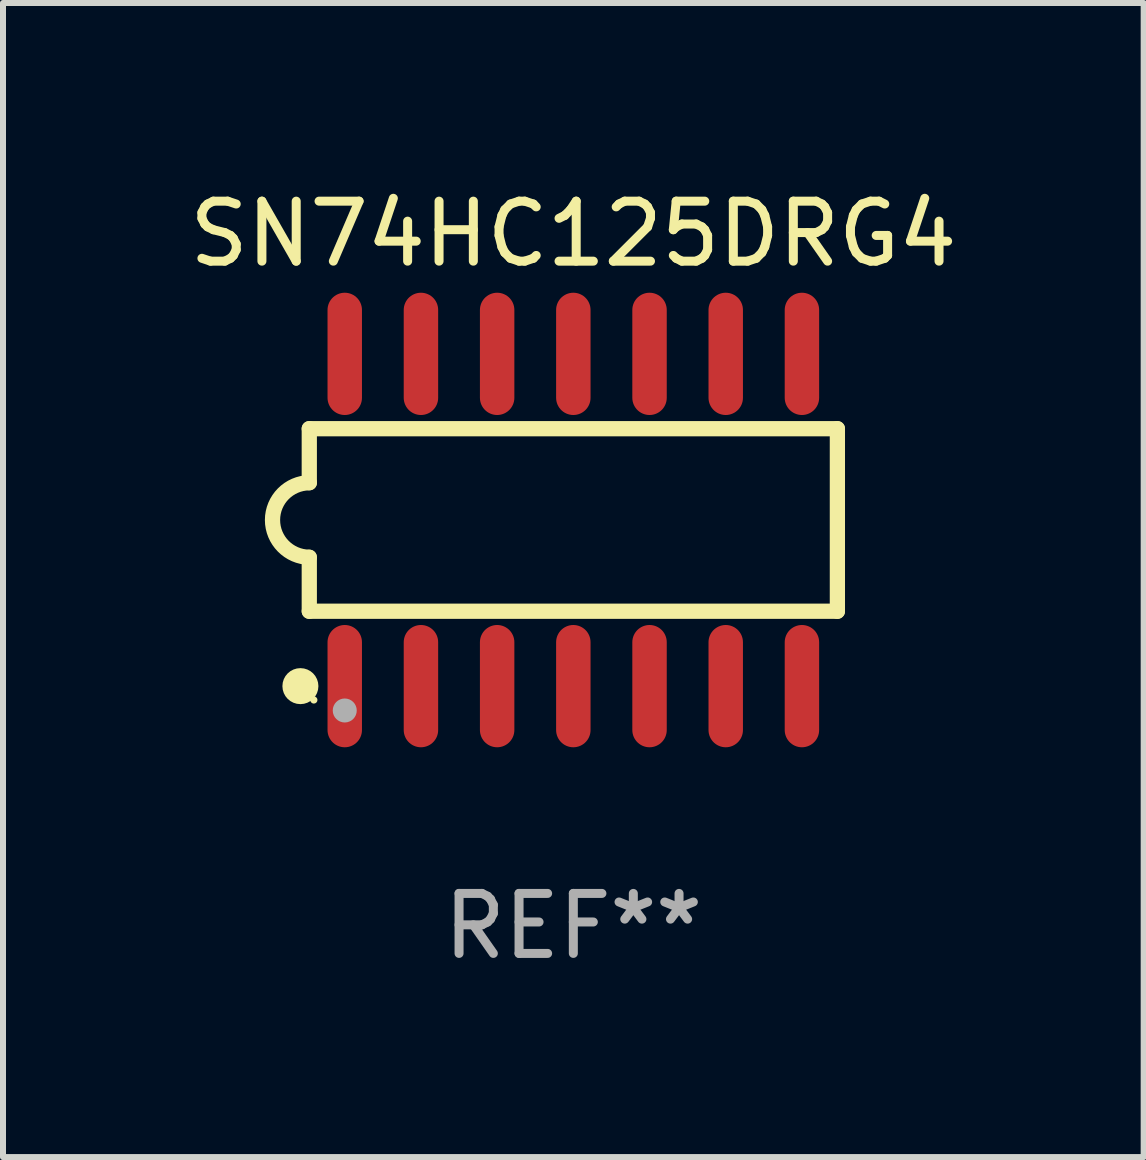
<source format=kicad_pcb>
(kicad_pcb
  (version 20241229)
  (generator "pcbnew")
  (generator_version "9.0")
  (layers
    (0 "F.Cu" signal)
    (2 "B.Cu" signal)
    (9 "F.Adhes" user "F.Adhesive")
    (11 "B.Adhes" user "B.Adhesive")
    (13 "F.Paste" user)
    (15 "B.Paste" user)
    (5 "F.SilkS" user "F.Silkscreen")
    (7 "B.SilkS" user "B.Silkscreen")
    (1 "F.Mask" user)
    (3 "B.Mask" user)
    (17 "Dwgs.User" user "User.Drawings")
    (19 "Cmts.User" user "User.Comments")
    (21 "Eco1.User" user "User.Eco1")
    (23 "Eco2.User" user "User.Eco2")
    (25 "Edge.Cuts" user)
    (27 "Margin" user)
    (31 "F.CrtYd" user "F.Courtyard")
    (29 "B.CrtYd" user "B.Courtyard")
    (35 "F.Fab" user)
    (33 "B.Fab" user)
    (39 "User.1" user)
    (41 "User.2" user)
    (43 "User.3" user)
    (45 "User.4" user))
  (footprint "SN74HC125DRG4"
    (layer "F.Cu")
    (at 6.506 5.617)
    (property "Reference" "SN74HC125DRG4" (at 0 -4.769 0) (layer "F.SilkS") (effects (font (size 1 1) (thickness 0.15))))
    (attr through_hole)
    (fp_line (start -4.401 -1.522) (end -4.401 -0.622) (stroke (width 0.254) (type solid)) (layer "F.SilkS"))
    (fp_line (start -4.401 -1.522) (end 4.401 -1.522) (stroke (width 0.254) (type solid)) (layer "F.SilkS"))
    (fp_line (start -4.401 1.521) (end -4.401 0.621) (stroke (width 0.254) (type solid)) (layer "F.SilkS"))
    (fp_line (start 4.401 -1.522) (end 4.401 1.521) (stroke (width 0.254) (type solid)) (layer "F.SilkS"))
    (fp_line (start 4.401 1.521) (end -4.401 1.521) (stroke (width 0.254) (type solid)) (layer "F.SilkS"))
    (fp_arc (start -4.401219 0.621311) (mid -5.021261 -0.000419) (end -4.400101 -0.621032) (stroke (width 0.254001) (type solid)) (layer "F.SilkS"))
    (fp_circle (center -4.549 2.769) (end -4.399 2.769) (stroke (width 0.3) (type solid)) (fill no) (layer "F.SilkS"))
    (fp_circle (center -4.325 3) (end -4.295 3) (stroke (width 0.06) (type solid)) (fill no) (layer "F.SilkS"))
    (fp_circle (center -3.81 3.175) (end -3.71 3.175) (stroke (width 0.2) (type solid)) (fill no) (layer "F.Fab"))
    (fp_text user "REF**" (at 0 6.769 0) (layer "F.Fab") (effects (font (size 1 1) (thickness 0.15))))
    (pad "1" smd oval (at -3.81 2.769) (size 0.574 2.038) (layers "F.Cu" "F.Mask" "F.Paste"))
    (pad "2" smd oval (at -2.54 2.769) (size 0.574 2.038) (layers "F.Cu" "F.Mask" "F.Paste"))
    (pad "3" smd oval (at -1.27 2.769) (size 0.574 2.038) (layers "F.Cu" "F.Mask" "F.Paste"))
    (pad "4" smd oval (at -0.000051 2.769) (size 0.574 2.038) (layers "F.Cu" "F.Mask" "F.Paste"))
    (pad "5" smd oval (at 1.27 2.769) (size 0.574 2.038) (layers "F.Cu" "F.Mask" "F.Paste"))
    (pad "6" smd oval (at 2.54 2.769) (size 0.574 2.038) (layers "F.Cu" "F.Mask" "F.Paste"))
    (pad "7" smd oval (at 3.81 2.769) (size 0.574 2.038) (layers "F.Cu" "F.Mask" "F.Paste"))
    (pad "8" smd oval (at 3.81 -2.769) (size 0.574 2.038) (layers "F.Cu" "F.Mask" "F.Paste"))
    (pad "9" smd oval (at 2.54 -2.769) (size 0.574 2.038) (layers "F.Cu" "F.Mask" "F.Paste"))
    (pad "10" smd oval (at 1.27 -2.769) (size 0.574 2.038) (layers "F.Cu" "F.Mask" "F.Paste"))
    (pad "11" smd oval (at -0.000051 -2.769) (size 0.574 2.038) (layers "F.Cu" "F.Mask" "F.Paste"))
    (pad "12" smd oval (at -1.27 -2.769) (size 0.574 2.038) (layers "F.Cu" "F.Mask" "F.Paste"))
    (pad "13" smd oval (at -2.54 -2.769) (size 0.574 2.038) (layers "F.Cu" "F.Mask" "F.Paste"))
    (pad "14" smd oval (at -3.81 -2.769) (size 0.574 2.038) (layers "F.Cu" "F.Mask" "F.Paste")))
  (gr_rect
    (start -3 -3)
    (end 16.012 16.235)
    (stroke (width 0.1) (type default))
    (fill no)
    (layer "Edge.Cuts")))
</source>
